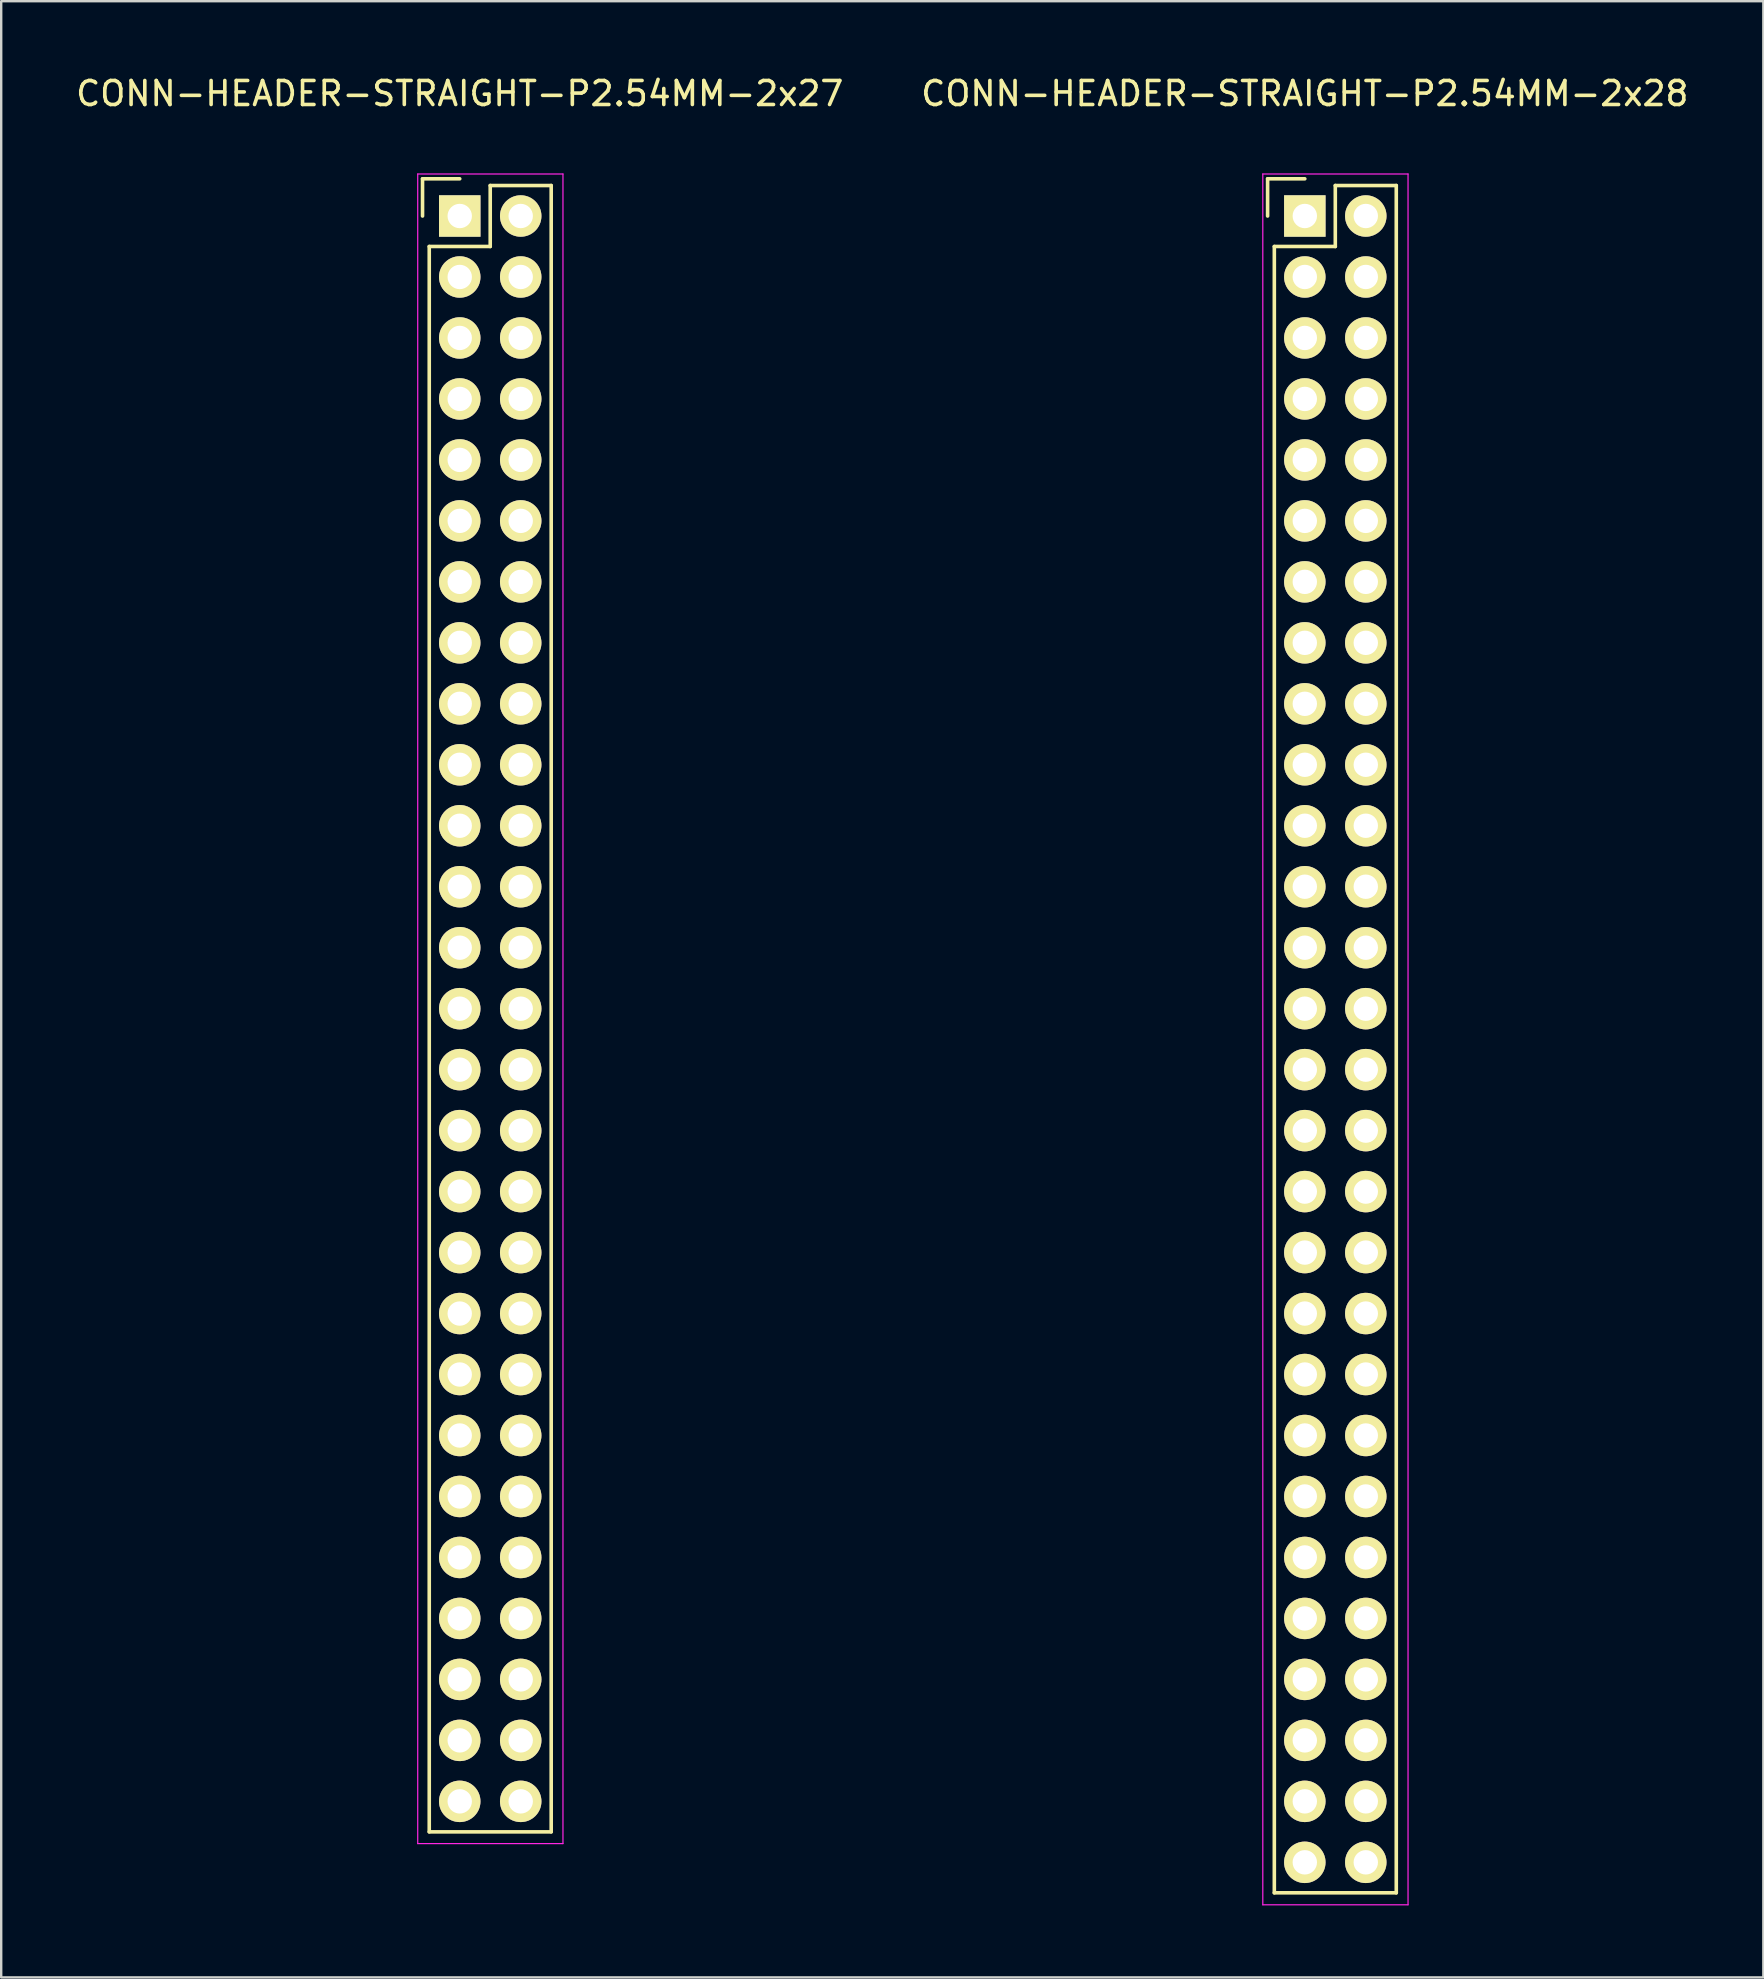
<source format=kicad_pcb>
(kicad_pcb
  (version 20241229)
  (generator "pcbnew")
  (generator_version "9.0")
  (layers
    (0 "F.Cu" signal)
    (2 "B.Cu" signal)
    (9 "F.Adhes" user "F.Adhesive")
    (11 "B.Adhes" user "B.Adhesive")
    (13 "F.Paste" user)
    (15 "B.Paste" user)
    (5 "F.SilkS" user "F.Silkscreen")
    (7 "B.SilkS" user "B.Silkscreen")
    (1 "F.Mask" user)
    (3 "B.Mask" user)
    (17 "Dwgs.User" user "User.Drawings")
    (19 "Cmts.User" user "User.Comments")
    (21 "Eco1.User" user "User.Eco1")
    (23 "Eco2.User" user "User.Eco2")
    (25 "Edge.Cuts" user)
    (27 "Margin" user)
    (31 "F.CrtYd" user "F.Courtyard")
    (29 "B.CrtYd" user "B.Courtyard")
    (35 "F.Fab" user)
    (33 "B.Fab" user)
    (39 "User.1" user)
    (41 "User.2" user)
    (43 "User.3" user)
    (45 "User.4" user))
  (footprint "CONN-HEADER-STRAIGHT-P2.54MM-2x28"
    (layer "F.Cu")
    (at 51.304 5.948)
    (property "Reference" "CONN-HEADER-STRAIGHT-P2.54MM-2x28" (at 0 -5.1 0) (layer "F.SilkS") (effects (font (size 1 1) (thickness 0.15))))
    (attr through_hole)
    (fp_line (start -1.55 -1.55) (end -1.55 0) (stroke (width 0.15) (type solid)) (layer "F.SilkS"))
    (fp_line (start -1.27 1.27) (end -1.27 69.85) (stroke (width 0.15) (type solid)) (layer "F.SilkS"))
    (fp_line (start 0 -1.55) (end -1.55 -1.55) (stroke (width 0.15) (type solid)) (layer "F.SilkS"))
    (fp_line (start 1.27 -1.27) (end 1.27 1.27) (stroke (width 0.15) (type solid)) (layer "F.SilkS"))
    (fp_line (start 1.27 1.27) (end -1.27 1.27) (stroke (width 0.15) (type solid)) (layer "F.SilkS"))
    (fp_line (start 3.81 -1.27) (end 1.27 -1.27) (stroke (width 0.15) (type solid)) (layer "F.SilkS"))
    (fp_line (start 3.81 -1.27) (end 3.81 69.85) (stroke (width 0.15) (type solid)) (layer "F.SilkS"))
    (fp_line (start 3.81 69.85) (end -1.27 69.85) (stroke (width 0.15) (type solid)) (layer "F.SilkS"))
    (fp_line (start -1.75 -1.75) (end -1.75 70.35) (stroke (width 0.05) (type solid)) (layer "F.CrtYd"))
    (fp_line (start -1.75 -1.75) (end 4.3 -1.75) (stroke (width 0.05) (type solid)) (layer "F.CrtYd"))
    (fp_line (start -1.75 70.35) (end 4.3 70.35) (stroke (width 0.05) (type solid)) (layer "F.CrtYd"))
    (fp_line (start 4.3 -1.75) (end 4.3 70.35) (stroke (width 0.05) (type solid)) (layer "F.CrtYd"))
    (pad "1" thru_hole rect (at 0 0) (size 1.727 1.727) (drill 1.016) (layers "*.Cu" "*.Mask" "F.SilkS"))
    (pad "2" thru_hole oval (at 2.54 0) (size 1.727 1.727) (drill 1.016) (layers "*.Cu" "*.Mask" "F.SilkS"))
    (pad "3" thru_hole oval (at 0 2.54) (size 1.727 1.727) (drill 1.016) (layers "*.Cu" "*.Mask" "F.SilkS"))
    (pad "4" thru_hole oval (at 2.54 2.54) (size 1.727 1.727) (drill 1.016) (layers "*.Cu" "*.Mask" "F.SilkS"))
    (pad "5" thru_hole oval (at 0 5.08) (size 1.727 1.727) (drill 1.016) (layers "*.Cu" "*.Mask" "F.SilkS"))
    (pad "6" thru_hole oval (at 2.54 5.08) (size 1.727 1.727) (drill 1.016) (layers "*.Cu" "*.Mask" "F.SilkS"))
    (pad "7" thru_hole oval (at 0 7.62) (size 1.727 1.727) (drill 1.016) (layers "*.Cu" "*.Mask" "F.SilkS"))
    (pad "8" thru_hole oval (at 2.54 7.62) (size 1.727 1.727) (drill 1.016) (layers "*.Cu" "*.Mask" "F.SilkS"))
    (pad "9" thru_hole oval (at 0 10.16) (size 1.727 1.727) (drill 1.016) (layers "*.Cu" "*.Mask" "F.SilkS"))
    (pad "10" thru_hole oval (at 2.54 10.16) (size 1.727 1.727) (drill 1.016) (layers "*.Cu" "*.Mask" "F.SilkS"))
    (pad "11" thru_hole oval (at 0 12.7) (size 1.727 1.727) (drill 1.016) (layers "*.Cu" "*.Mask" "F.SilkS"))
    (pad "12" thru_hole oval (at 2.54 12.7) (size 1.727 1.727) (drill 1.016) (layers "*.Cu" "*.Mask" "F.SilkS"))
    (pad "13" thru_hole oval (at 0 15.24) (size 1.727 1.727) (drill 1.016) (layers "*.Cu" "*.Mask" "F.SilkS"))
    (pad "14" thru_hole oval (at 2.54 15.24) (size 1.727 1.727) (drill 1.016) (layers "*.Cu" "*.Mask" "F.SilkS"))
    (pad "15" thru_hole oval (at 0 17.78) (size 1.727 1.727) (drill 1.016) (layers "*.Cu" "*.Mask" "F.SilkS"))
    (pad "16" thru_hole oval (at 2.54 17.78) (size 1.727 1.727) (drill 1.016) (layers "*.Cu" "*.Mask" "F.SilkS"))
    (pad "17" thru_hole oval (at 0 20.32) (size 1.727 1.727) (drill 1.016) (layers "*.Cu" "*.Mask" "F.SilkS"))
    (pad "18" thru_hole oval (at 2.54 20.32) (size 1.727 1.727) (drill 1.016) (layers "*.Cu" "*.Mask" "F.SilkS"))
    (pad "19" thru_hole oval (at 0 22.86) (size 1.727 1.727) (drill 1.016) (layers "*.Cu" "*.Mask" "F.SilkS"))
    (pad "20" thru_hole oval (at 2.54 22.86) (size 1.727 1.727) (drill 1.016) (layers "*.Cu" "*.Mask" "F.SilkS"))
    (pad "21" thru_hole oval (at 0 25.4) (size 1.727 1.727) (drill 1.016) (layers "*.Cu" "*.Mask" "F.SilkS"))
    (pad "22" thru_hole oval (at 2.54 25.4) (size 1.727 1.727) (drill 1.016) (layers "*.Cu" "*.Mask" "F.SilkS"))
    (pad "23" thru_hole oval (at 0 27.94) (size 1.727 1.727) (drill 1.016) (layers "*.Cu" "*.Mask" "F.SilkS"))
    (pad "24" thru_hole oval (at 2.54 27.94) (size 1.727 1.727) (drill 1.016) (layers "*.Cu" "*.Mask" "F.SilkS"))
    (pad "25" thru_hole oval (at 0 30.48) (size 1.727 1.727) (drill 1.016) (layers "*.Cu" "*.Mask" "F.SilkS"))
    (pad "26" thru_hole oval (at 2.54 30.48) (size 1.727 1.727) (drill 1.016) (layers "*.Cu" "*.Mask" "F.SilkS"))
    (pad "27" thru_hole oval (at 0 33.02) (size 1.727 1.727) (drill 1.016) (layers "*.Cu" "*.Mask" "F.SilkS"))
    (pad "28" thru_hole oval (at 2.54 33.02) (size 1.727 1.727) (drill 1.016) (layers "*.Cu" "*.Mask" "F.SilkS"))
    (pad "29" thru_hole oval (at 0 35.56) (size 1.727 1.727) (drill 1.016) (layers "*.Cu" "*.Mask" "F.SilkS"))
    (pad "30" thru_hole oval (at 2.54 35.56) (size 1.727 1.727) (drill 1.016) (layers "*.Cu" "*.Mask" "F.SilkS"))
    (pad "31" thru_hole oval (at 0 38.1) (size 1.727 1.727) (drill 1.016) (layers "*.Cu" "*.Mask" "F.SilkS"))
    (pad "32" thru_hole oval (at 2.54 38.1) (size 1.727 1.727) (drill 1.016) (layers "*.Cu" "*.Mask" "F.SilkS"))
    (pad "33" thru_hole oval (at 0 40.64) (size 1.727 1.727) (drill 1.016) (layers "*.Cu" "*.Mask" "F.SilkS"))
    (pad "34" thru_hole oval (at 2.54 40.64) (size 1.727 1.727) (drill 1.016) (layers "*.Cu" "*.Mask" "F.SilkS"))
    (pad "35" thru_hole oval (at 0 43.18) (size 1.727 1.727) (drill 1.016) (layers "*.Cu" "*.Mask" "F.SilkS"))
    (pad "36" thru_hole oval (at 2.54 43.18) (size 1.727 1.727) (drill 1.016) (layers "*.Cu" "*.Mask" "F.SilkS"))
    (pad "37" thru_hole oval (at 0 45.72) (size 1.727 1.727) (drill 1.016) (layers "*.Cu" "*.Mask" "F.SilkS"))
    (pad "38" thru_hole oval (at 2.54 45.72) (size 1.727 1.727) (drill 1.016) (layers "*.Cu" "*.Mask" "F.SilkS"))
    (pad "39" thru_hole oval (at 0 48.26) (size 1.727 1.727) (drill 1.016) (layers "*.Cu" "*.Mask" "F.SilkS"))
    (pad "40" thru_hole oval (at 2.54 48.26) (size 1.727 1.727) (drill 1.016) (layers "*.Cu" "*.Mask" "F.SilkS"))
    (pad "41" thru_hole oval (at 0 50.8) (size 1.727 1.727) (drill 1.016) (layers "*.Cu" "*.Mask" "F.SilkS"))
    (pad "42" thru_hole oval (at 2.54 50.8) (size 1.727 1.727) (drill 1.016) (layers "*.Cu" "*.Mask" "F.SilkS"))
    (pad "43" thru_hole oval (at 0 53.34) (size 1.727 1.727) (drill 1.016) (layers "*.Cu" "*.Mask" "F.SilkS"))
    (pad "44" thru_hole oval (at 2.54 53.34) (size 1.727 1.727) (drill 1.016) (layers "*.Cu" "*.Mask" "F.SilkS"))
    (pad "45" thru_hole oval (at 0 55.88) (size 1.727 1.727) (drill 1.016) (layers "*.Cu" "*.Mask" "F.SilkS"))
    (pad "46" thru_hole oval (at 2.54 55.88) (size 1.727 1.727) (drill 1.016) (layers "*.Cu" "*.Mask" "F.SilkS"))
    (pad "47" thru_hole oval (at 0 58.42) (size 1.727 1.727) (drill 1.016) (layers "*.Cu" "*.Mask" "F.SilkS"))
    (pad "48" thru_hole oval (at 2.54 58.42) (size 1.727 1.727) (drill 1.016) (layers "*.Cu" "*.Mask" "F.SilkS"))
    (pad "49" thru_hole oval (at 0 60.96) (size 1.727 1.727) (drill 1.016) (layers "*.Cu" "*.Mask" "F.SilkS"))
    (pad "50" thru_hole oval (at 2.54 60.96) (size 1.727 1.727) (drill 1.016) (layers "*.Cu" "*.Mask" "F.SilkS"))
    (pad "51" thru_hole oval (at 0 63.5) (size 1.727 1.727) (drill 1.016) (layers "*.Cu" "*.Mask" "F.SilkS"))
    (pad "52" thru_hole oval (at 2.54 63.5) (size 1.727 1.727) (drill 1.016) (layers "*.Cu" "*.Mask" "F.SilkS"))
    (pad "53" thru_hole oval (at 0 66.04) (size 1.727 1.727) (drill 1.016) (layers "*.Cu" "*.Mask" "F.SilkS"))
    (pad "54" thru_hole oval (at 2.54 66.04) (size 1.727 1.727) (drill 1.016) (layers "*.Cu" "*.Mask" "F.SilkS"))
    (pad "55" thru_hole oval (at 0 68.58) (size 1.727 1.727) (drill 1.016) (layers "*.Cu" "*.Mask" "F.SilkS"))
    (pad "56" thru_hole oval (at 2.54 68.58) (size 1.727 1.727) (drill 1.016) (layers "*.Cu" "*.Mask" "F.SilkS")))
  (footprint "CONN-HEADER-STRAIGHT-P2.54MM-2x27"
    (layer "F.Cu")
    (at 16.101 5.948)
    (property "Reference" "CONN-HEADER-STRAIGHT-P2.54MM-2x27" (at 0 -5.1 0) (layer "F.SilkS") (effects (font (size 1 1) (thickness 0.15))))
    (attr through_hole)
    (fp_line (start -1.55 -1.55) (end -1.55 0) (stroke (width 0.15) (type solid)) (layer "F.SilkS"))
    (fp_line (start -1.27 1.27) (end -1.27 67.31) (stroke (width 0.15) (type solid)) (layer "F.SilkS"))
    (fp_line (start 0 -1.55) (end -1.55 -1.55) (stroke (width 0.15) (type solid)) (layer "F.SilkS"))
    (fp_line (start 1.27 -1.27) (end 1.27 1.27) (stroke (width 0.15) (type solid)) (layer "F.SilkS"))
    (fp_line (start 1.27 1.27) (end -1.27 1.27) (stroke (width 0.15) (type solid)) (layer "F.SilkS"))
    (fp_line (start 3.81 -1.27) (end 1.27 -1.27) (stroke (width 0.15) (type solid)) (layer "F.SilkS"))
    (fp_line (start 3.81 67.31) (end -1.27 67.31) (stroke (width 0.15) (type solid)) (layer "F.SilkS"))
    (fp_line (start 3.81 67.31) (end 3.81 -1.27) (stroke (width 0.15) (type solid)) (layer "F.SilkS"))
    (fp_line (start -1.75 -1.75) (end -1.75 67.8) (stroke (width 0.05) (type solid)) (layer "F.CrtYd"))
    (fp_line (start -1.75 -1.75) (end 4.3 -1.75) (stroke (width 0.05) (type solid)) (layer "F.CrtYd"))
    (fp_line (start -1.75 67.8) (end 4.3 67.8) (stroke (width 0.05) (type solid)) (layer "F.CrtYd"))
    (fp_line (start 4.3 -1.75) (end 4.3 67.8) (stroke (width 0.05) (type solid)) (layer "F.CrtYd"))
    (pad "1" thru_hole rect (at 0 0) (size 1.727 1.727) (drill 1.016) (layers "*.Cu" "*.Mask" "F.SilkS"))
    (pad "2" thru_hole oval (at 2.54 0) (size 1.727 1.727) (drill 1.016) (layers "*.Cu" "*.Mask" "F.SilkS"))
    (pad "3" thru_hole oval (at 0 2.54) (size 1.727 1.727) (drill 1.016) (layers "*.Cu" "*.Mask" "F.SilkS"))
    (pad "4" thru_hole oval (at 2.54 2.54) (size 1.727 1.727) (drill 1.016) (layers "*.Cu" "*.Mask" "F.SilkS"))
    (pad "5" thru_hole oval (at 0 5.08) (size 1.727 1.727) (drill 1.016) (layers "*.Cu" "*.Mask" "F.SilkS"))
    (pad "6" thru_hole oval (at 2.54 5.08) (size 1.727 1.727) (drill 1.016) (layers "*.Cu" "*.Mask" "F.SilkS"))
    (pad "7" thru_hole oval (at 0 7.62) (size 1.727 1.727) (drill 1.016) (layers "*.Cu" "*.Mask" "F.SilkS"))
    (pad "8" thru_hole oval (at 2.54 7.62) (size 1.727 1.727) (drill 1.016) (layers "*.Cu" "*.Mask" "F.SilkS"))
    (pad "9" thru_hole oval (at 0 10.16) (size 1.727 1.727) (drill 1.016) (layers "*.Cu" "*.Mask" "F.SilkS"))
    (pad "10" thru_hole oval (at 2.54 10.16) (size 1.727 1.727) (drill 1.016) (layers "*.Cu" "*.Mask" "F.SilkS"))
    (pad "11" thru_hole oval (at 0 12.7) (size 1.727 1.727) (drill 1.016) (layers "*.Cu" "*.Mask" "F.SilkS"))
    (pad "12" thru_hole oval (at 2.54 12.7) (size 1.727 1.727) (drill 1.016) (layers "*.Cu" "*.Mask" "F.SilkS"))
    (pad "13" thru_hole oval (at 0 15.24) (size 1.727 1.727) (drill 1.016) (layers "*.Cu" "*.Mask" "F.SilkS"))
    (pad "14" thru_hole oval (at 2.54 15.24) (size 1.727 1.727) (drill 1.016) (layers "*.Cu" "*.Mask" "F.SilkS"))
    (pad "15" thru_hole oval (at 0 17.78) (size 1.727 1.727) (drill 1.016) (layers "*.Cu" "*.Mask" "F.SilkS"))
    (pad "16" thru_hole oval (at 2.54 17.78) (size 1.727 1.727) (drill 1.016) (layers "*.Cu" "*.Mask" "F.SilkS"))
    (pad "17" thru_hole oval (at 0 20.32) (size 1.727 1.727) (drill 1.016) (layers "*.Cu" "*.Mask" "F.SilkS"))
    (pad "18" thru_hole oval (at 2.54 20.32) (size 1.727 1.727) (drill 1.016) (layers "*.Cu" "*.Mask" "F.SilkS"))
    (pad "19" thru_hole oval (at 0 22.86) (size 1.727 1.727) (drill 1.016) (layers "*.Cu" "*.Mask" "F.SilkS"))
    (pad "20" thru_hole oval (at 2.54 22.86) (size 1.727 1.727) (drill 1.016) (layers "*.Cu" "*.Mask" "F.SilkS"))
    (pad "21" thru_hole oval (at 0 25.4) (size 1.727 1.727) (drill 1.016) (layers "*.Cu" "*.Mask" "F.SilkS"))
    (pad "22" thru_hole oval (at 2.54 25.4) (size 1.727 1.727) (drill 1.016) (layers "*.Cu" "*.Mask" "F.SilkS"))
    (pad "23" thru_hole oval (at 0 27.94) (size 1.727 1.727) (drill 1.016) (layers "*.Cu" "*.Mask" "F.SilkS"))
    (pad "24" thru_hole oval (at 2.54 27.94) (size 1.727 1.727) (drill 1.016) (layers "*.Cu" "*.Mask" "F.SilkS"))
    (pad "25" thru_hole oval (at 0 30.48) (size 1.727 1.727) (drill 1.016) (layers "*.Cu" "*.Mask" "F.SilkS"))
    (pad "26" thru_hole oval (at 2.54 30.48) (size 1.727 1.727) (drill 1.016) (layers "*.Cu" "*.Mask" "F.SilkS"))
    (pad "27" thru_hole oval (at 0 33.02) (size 1.727 1.727) (drill 1.016) (layers "*.Cu" "*.Mask" "F.SilkS"))
    (pad "28" thru_hole oval (at 2.54 33.02) (size 1.727 1.727) (drill 1.016) (layers "*.Cu" "*.Mask" "F.SilkS"))
    (pad "29" thru_hole oval (at 0 35.56) (size 1.727 1.727) (drill 1.016) (layers "*.Cu" "*.Mask" "F.SilkS"))
    (pad "30" thru_hole oval (at 2.54 35.56) (size 1.727 1.727) (drill 1.016) (layers "*.Cu" "*.Mask" "F.SilkS"))
    (pad "31" thru_hole oval (at 0 38.1) (size 1.727 1.727) (drill 1.016) (layers "*.Cu" "*.Mask" "F.SilkS"))
    (pad "32" thru_hole oval (at 2.54 38.1) (size 1.727 1.727) (drill 1.016) (layers "*.Cu" "*.Mask" "F.SilkS"))
    (pad "33" thru_hole oval (at 0 40.64) (size 1.727 1.727) (drill 1.016) (layers "*.Cu" "*.Mask" "F.SilkS"))
    (pad "34" thru_hole oval (at 2.54 40.64) (size 1.727 1.727) (drill 1.016) (layers "*.Cu" "*.Mask" "F.SilkS"))
    (pad "35" thru_hole oval (at 0 43.18) (size 1.727 1.727) (drill 1.016) (layers "*.Cu" "*.Mask" "F.SilkS"))
    (pad "36" thru_hole oval (at 2.54 43.18) (size 1.727 1.727) (drill 1.016) (layers "*.Cu" "*.Mask" "F.SilkS"))
    (pad "37" thru_hole oval (at 0 45.72) (size 1.727 1.727) (drill 1.016) (layers "*.Cu" "*.Mask" "F.SilkS"))
    (pad "38" thru_hole oval (at 2.54 45.72) (size 1.727 1.727) (drill 1.016) (layers "*.Cu" "*.Mask" "F.SilkS"))
    (pad "39" thru_hole oval (at 0 48.26) (size 1.727 1.727) (drill 1.016) (layers "*.Cu" "*.Mask" "F.SilkS"))
    (pad "40" thru_hole oval (at 2.54 48.26) (size 1.727 1.727) (drill 1.016) (layers "*.Cu" "*.Mask" "F.SilkS"))
    (pad "41" thru_hole oval (at 0 50.8) (size 1.727 1.727) (drill 1.016) (layers "*.Cu" "*.Mask" "F.SilkS"))
    (pad "42" thru_hole oval (at 2.54 50.8) (size 1.727 1.727) (drill 1.016) (layers "*.Cu" "*.Mask" "F.SilkS"))
    (pad "43" thru_hole oval (at 0 53.34) (size 1.727 1.727) (drill 1.016) (layers "*.Cu" "*.Mask" "F.SilkS"))
    (pad "44" thru_hole oval (at 2.54 53.34) (size 1.727 1.727) (drill 1.016) (layers "*.Cu" "*.Mask" "F.SilkS"))
    (pad "45" thru_hole oval (at 0 55.88) (size 1.727 1.727) (drill 1.016) (layers "*.Cu" "*.Mask" "F.SilkS"))
    (pad "46" thru_hole oval (at 2.54 55.88) (size 1.727 1.727) (drill 1.016) (layers "*.Cu" "*.Mask" "F.SilkS"))
    (pad "47" thru_hole oval (at 0 58.42) (size 1.727 1.727) (drill 1.016) (layers "*.Cu" "*.Mask" "F.SilkS"))
    (pad "48" thru_hole oval (at 2.54 58.42) (size 1.727 1.727) (drill 1.016) (layers "*.Cu" "*.Mask" "F.SilkS"))
    (pad "49" thru_hole oval (at 0 60.96) (size 1.727 1.727) (drill 1.016) (layers "*.Cu" "*.Mask" "F.SilkS"))
    (pad "50" thru_hole oval (at 2.54 60.96) (size 1.727 1.727) (drill 1.016) (layers "*.Cu" "*.Mask" "F.SilkS"))
    (pad "51" thru_hole oval (at 0 63.5) (size 1.727 1.727) (drill 1.016) (layers "*.Cu" "*.Mask" "F.SilkS"))
    (pad "52" thru_hole oval (at 2.54 63.5) (size 1.727 1.727) (drill 1.016) (layers "*.Cu" "*.Mask" "F.SilkS"))
    (pad "53" thru_hole oval (at 0 66.04) (size 1.727 1.727) (drill 1.016) (layers "*.Cu" "*.Mask" "F.SilkS"))
    (pad "54" thru_hole oval (at 2.54 66.04) (size 1.727 1.727) (drill 1.016) (layers "*.Cu" "*.Mask" "F.SilkS")))
  (gr_rect
    (start -3 -3)
    (end 70.405 79.323)
    (stroke (width 0.1) (type default))
    (fill no)
    (layer "Edge.Cuts")))
</source>
